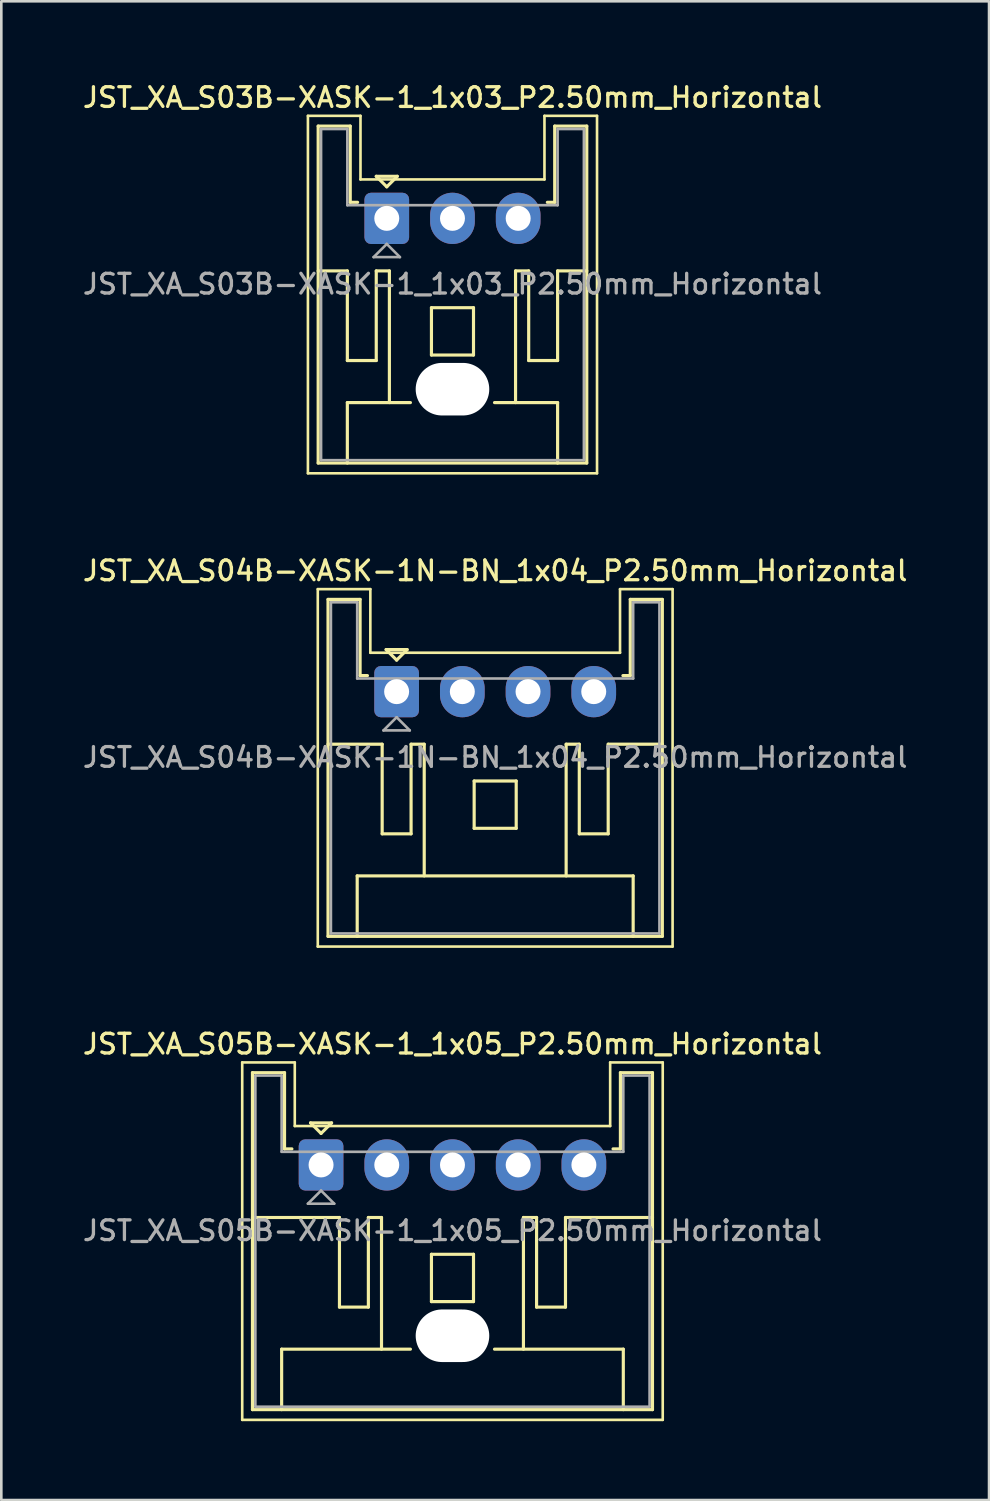
<source format=kicad_pcb>
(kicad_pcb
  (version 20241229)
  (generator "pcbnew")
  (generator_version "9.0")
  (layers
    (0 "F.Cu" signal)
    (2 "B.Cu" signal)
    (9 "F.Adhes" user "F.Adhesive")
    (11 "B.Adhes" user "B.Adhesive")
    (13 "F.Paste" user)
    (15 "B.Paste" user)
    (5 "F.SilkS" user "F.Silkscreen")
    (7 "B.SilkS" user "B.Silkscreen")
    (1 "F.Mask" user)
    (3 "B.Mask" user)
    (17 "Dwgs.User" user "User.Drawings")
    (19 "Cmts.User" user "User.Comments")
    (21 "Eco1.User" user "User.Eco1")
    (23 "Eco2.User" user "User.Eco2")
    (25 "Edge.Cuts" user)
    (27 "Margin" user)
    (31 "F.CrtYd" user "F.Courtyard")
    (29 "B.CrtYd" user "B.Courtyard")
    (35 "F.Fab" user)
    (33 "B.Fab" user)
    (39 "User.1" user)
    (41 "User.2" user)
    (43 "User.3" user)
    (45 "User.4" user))
  (footprint "JST_XA_S03B-XASK-1_1x03_P2.50mm_Horizontal"
    (layer "F.Cu")
    (at 11.666 5.258)
    (property "Reference" "JST_XA_S03B-XASK-1_1x03_P2.50mm_Horizontal" (at 2.5 -4.6 0) (layer "F.SilkS") (effects (font (size 0.75 0.75) (thickness 0.125))))
    (attr through_hole)
    (fp_line (start -3 -3.9) (end -3 9.7) (stroke (width 0.1) (type solid)) (layer "F.SilkS"))
    (fp_line (start -3 9.7) (end 8 9.7) (stroke (width 0.1) (type solid)) (layer "F.SilkS"))
    (fp_line (start -2.61 -3.51) (end -2.61 9.31) (stroke (width 0.12) (type solid)) (layer "F.SilkS"))
    (fp_line (start -2.61 9.31) (end 7.61 9.31) (stroke (width 0.12) (type solid)) (layer "F.SilkS"))
    (fp_line (start -1.5 2) (end -2.61 2) (stroke (width 0.12) (type solid)) (layer "F.SilkS"))
    (fp_line (start -1.5 5.41) (end -1.5 2) (stroke (width 0.12) (type solid)) (layer "F.SilkS"))
    (fp_line (start -1.5 7.01) (end 0.9 7.01) (stroke (width 0.12) (type solid)) (layer "F.SilkS"))
    (fp_line (start -1.5 9.31) (end -1.5 7.01) (stroke (width 0.12) (type solid)) (layer "F.SilkS"))
    (fp_line (start -1.39 -3.51) (end -2.61 -3.51) (stroke (width 0.12) (type solid)) (layer "F.SilkS"))
    (fp_line (start -1.39 -0.61) (end -1.39 -3.51) (stroke (width 0.12) (type solid)) (layer "F.SilkS"))
    (fp_line (start -1.11 -0.61) (end -1.39 -0.61) (stroke (width 0.12) (type solid)) (layer "F.SilkS"))
    (fp_line (start -1 -3.9) (end -3 -3.9) (stroke (width 0.1) (type solid)) (layer "F.SilkS"))
    (fp_line (start -1 -1.48) (end -1 -3.9) (stroke (width 0.1) (type solid)) (layer "F.SilkS"))
    (fp_line (start -0.4 -1.6) (end 0.4 -1.6) (stroke (width 0.12) (type solid)) (layer "F.SilkS"))
    (fp_line (start -0.4 2) (end -0.4 5.41) (stroke (width 0.12) (type solid)) (layer "F.SilkS"))
    (fp_line (start -0.4 5.41) (end -1.5 5.41) (stroke (width 0.12) (type solid)) (layer "F.SilkS"))
    (fp_line (start 0 -1.2) (end -0.4 -1.6) (stroke (width 0.12) (type solid)) (layer "F.SilkS"))
    (fp_line (start 0.1 2) (end -0.4 2) (stroke (width 0.12) (type solid)) (layer "F.SilkS"))
    (fp_line (start 0.1 7.01) (end 0.1 2) (stroke (width 0.12) (type solid)) (layer "F.SilkS"))
    (fp_line (start 0.4 -1.6) (end 0 -1.2) (stroke (width 0.12) (type solid)) (layer "F.SilkS"))
    (fp_line (start 1.7 3.4) (end 3.3 3.4) (stroke (width 0.12) (type solid)) (layer "F.SilkS"))
    (fp_line (start 1.7 5.2) (end 1.7 3.4) (stroke (width 0.12) (type solid)) (layer "F.SilkS"))
    (fp_line (start 3.3 3.4) (end 3.3 5.2) (stroke (width 0.12) (type solid)) (layer "F.SilkS"))
    (fp_line (start 3.3 5.2) (end 1.7 5.2) (stroke (width 0.12) (type solid)) (layer "F.SilkS"))
    (fp_line (start 4.1 7.01) (end 6.5 7.01) (stroke (width 0.12) (type solid)) (layer "F.SilkS"))
    (fp_line (start 4.9 2) (end 5.4 2) (stroke (width 0.12) (type solid)) (layer "F.SilkS"))
    (fp_line (start 4.9 7.01) (end 4.9 2) (stroke (width 0.12) (type solid)) (layer "F.SilkS"))
    (fp_line (start 5.4 2) (end 5.4 5.41) (stroke (width 0.12) (type solid)) (layer "F.SilkS"))
    (fp_line (start 5.4 5.41) (end 6.5 5.41) (stroke (width 0.12) (type solid)) (layer "F.SilkS"))
    (fp_line (start 6 -3.9) (end 6 -1.48) (stroke (width 0.1) (type solid)) (layer "F.SilkS"))
    (fp_line (start 6 -1.48) (end -1 -1.48) (stroke (width 0.1) (type solid)) (layer "F.SilkS"))
    (fp_line (start 6.39 -3.51) (end 6.39 -0.61) (stroke (width 0.12) (type solid)) (layer "F.SilkS"))
    (fp_line (start 6.39 -0.61) (end 6.11 -0.61) (stroke (width 0.12) (type solid)) (layer "F.SilkS"))
    (fp_line (start 6.5 2) (end 7.61 2) (stroke (width 0.12) (type solid)) (layer "F.SilkS"))
    (fp_line (start 6.5 5.41) (end 6.5 2) (stroke (width 0.12) (type solid)) (layer "F.SilkS"))
    (fp_line (start 6.5 7.01) (end 6.5 9.31) (stroke (width 0.12) (type solid)) (layer "F.SilkS"))
    (fp_line (start 7.61 -3.51) (end 6.39 -3.51) (stroke (width 0.12) (type solid)) (layer "F.SilkS"))
    (fp_line (start 7.61 9.31) (end 7.61 -3.51) (stroke (width 0.12) (type solid)) (layer "F.SilkS"))
    (fp_line (start 8 -3.9) (end 6 -3.9) (stroke (width 0.1) (type solid)) (layer "F.SilkS"))
    (fp_line (start 8 9.7) (end 8 -3.9) (stroke (width 0.1) (type solid)) (layer "F.SilkS"))
    (fp_line (start -2.5 -3.4) (end -2.5 9.2) (stroke (width 0.1) (type solid)) (layer "F.Fab"))
    (fp_line (start -2.5 9.2) (end 7.5 9.2) (stroke (width 0.1) (type solid)) (layer "F.Fab"))
    (fp_line (start -1.5 -3.4) (end -2.5 -3.4) (stroke (width 0.1) (type solid)) (layer "F.Fab"))
    (fp_line (start -1.5 -0.5) (end -1.5 -3.4) (stroke (width 0.1) (type solid)) (layer "F.Fab"))
    (fp_line (start -0.5 1.475) (end 0.5 1.475) (stroke (width 0.1) (type solid)) (layer "F.Fab"))
    (fp_line (start 0 0.975) (end -0.5 1.475) (stroke (width 0.1) (type solid)) (layer "F.Fab"))
    (fp_line (start 0.5 1.475) (end 0 0.975) (stroke (width 0.1) (type solid)) (layer "F.Fab"))
    (fp_line (start 6.5 -3.4) (end 6.5 -0.5) (stroke (width 0.1) (type solid)) (layer "F.Fab"))
    (fp_line (start 6.5 -0.5) (end -1.5 -0.5) (stroke (width 0.1) (type solid)) (layer "F.Fab"))
    (fp_line (start 7.5 -3.4) (end 6.5 -3.4) (stroke (width 0.1) (type solid)) (layer "F.Fab"))
    (fp_line (start 7.5 9.2) (end 7.5 -3.4) (stroke (width 0.1) (type solid)) (layer "F.Fab"))
    (fp_text user "${REFERENCE}" (at 2.5 2.5 0) (layer "F.Fab") (effects (font (size 0.75 0.75) (thickness 0.125))))
    (pad "" np_thru_hole oval (at 2.5 6.5) (size 2.8 2) (drill oval 2.8 2) (layers "*.Cu" "*.Mask"))
    (pad "1" thru_hole roundrect (at 0 0) (size 1.7 1.95) (drill 0.95) (layers "*.Cu" "*.Mask") (roundrect_rratio 0.147))
    (pad "2" thru_hole oval (at 2.5 0) (size 1.7 1.95) (drill 0.95) (layers "*.Cu" "*.Mask"))
    (pad "3" thru_hole oval (at 5 0) (size 1.7 1.95) (drill 0.95) (layers "*.Cu" "*.Mask")))
  (footprint "JST_XA_S05B-XASK-1_1x05_P2.50mm_Horizontal"
    (layer "F.Cu")
    (at 9.166 41.274)
    (property "Reference" "JST_XA_S05B-XASK-1_1x05_P2.50mm_Horizontal" (at 5 -4.6 0) (layer "F.SilkS") (effects (font (size 0.75 0.75) (thickness 0.125))))
    (attr through_hole)
    (fp_line (start -3 -3.9) (end -3 9.7) (stroke (width 0.1) (type solid)) (layer "F.SilkS"))
    (fp_line (start -3 9.7) (end 13 9.7) (stroke (width 0.1) (type solid)) (layer "F.SilkS"))
    (fp_line (start -2.61 -3.51) (end -2.61 9.31) (stroke (width 0.12) (type solid)) (layer "F.SilkS"))
    (fp_line (start -2.61 9.31) (end 12.61 9.31) (stroke (width 0.12) (type solid)) (layer "F.SilkS"))
    (fp_line (start -1.5 7.01) (end 3.4 7.01) (stroke (width 0.12) (type solid)) (layer "F.SilkS"))
    (fp_line (start -1.5 9.31) (end -1.5 7.01) (stroke (width 0.12) (type solid)) (layer "F.SilkS"))
    (fp_line (start -1.39 -3.51) (end -2.61 -3.51) (stroke (width 0.12) (type solid)) (layer "F.SilkS"))
    (fp_line (start -1.39 -0.61) (end -1.39 -3.51) (stroke (width 0.12) (type solid)) (layer "F.SilkS"))
    (fp_line (start -1.11 -0.61) (end -1.39 -0.61) (stroke (width 0.12) (type solid)) (layer "F.SilkS"))
    (fp_line (start -1 -3.9) (end -3 -3.9) (stroke (width 0.1) (type solid)) (layer "F.SilkS"))
    (fp_line (start -1 -1.48) (end -1 -3.9) (stroke (width 0.1) (type solid)) (layer "F.SilkS"))
    (fp_line (start -0.4 -1.6) (end 0.4 -1.6) (stroke (width 0.12) (type solid)) (layer "F.SilkS"))
    (fp_line (start 0 -1.2) (end -0.4 -1.6) (stroke (width 0.12) (type solid)) (layer "F.SilkS"))
    (fp_line (start 0.4 -1.6) (end 0 -1.2) (stroke (width 0.12) (type solid)) (layer "F.SilkS"))
    (fp_line (start 0.7 2) (end -2.61 2) (stroke (width 0.12) (type solid)) (layer "F.SilkS"))
    (fp_line (start 0.7 5.41) (end 0.7 2) (stroke (width 0.12) (type solid)) (layer "F.SilkS"))
    (fp_line (start 1.8 2) (end 1.8 5.41) (stroke (width 0.12) (type solid)) (layer "F.SilkS"))
    (fp_line (start 1.8 5.41) (end 0.7 5.41) (stroke (width 0.12) (type solid)) (layer "F.SilkS"))
    (fp_line (start 2.3 2) (end 1.8 2) (stroke (width 0.12) (type solid)) (layer "F.SilkS"))
    (fp_line (start 2.3 7.01) (end 2.3 2) (stroke (width 0.12) (type solid)) (layer "F.SilkS"))
    (fp_line (start 4.2 3.4) (end 5.8 3.4) (stroke (width 0.12) (type solid)) (layer "F.SilkS"))
    (fp_line (start 4.2 5.2) (end 4.2 3.4) (stroke (width 0.12) (type solid)) (layer "F.SilkS"))
    (fp_line (start 5.8 3.4) (end 5.8 5.2) (stroke (width 0.12) (type solid)) (layer "F.SilkS"))
    (fp_line (start 5.8 5.2) (end 4.2 5.2) (stroke (width 0.12) (type solid)) (layer "F.SilkS"))
    (fp_line (start 6.6 7.01) (end 11.5 7.01) (stroke (width 0.12) (type solid)) (layer "F.SilkS"))
    (fp_line (start 7.7 2) (end 8.2 2) (stroke (width 0.12) (type solid)) (layer "F.SilkS"))
    (fp_line (start 7.7 7.01) (end 7.7 2) (stroke (width 0.12) (type solid)) (layer "F.SilkS"))
    (fp_line (start 8.2 2) (end 8.2 5.41) (stroke (width 0.12) (type solid)) (layer "F.SilkS"))
    (fp_line (start 8.2 5.41) (end 9.3 5.41) (stroke (width 0.12) (type solid)) (layer "F.SilkS"))
    (fp_line (start 9.3 2) (end 12.61 2) (stroke (width 0.12) (type solid)) (layer "F.SilkS"))
    (fp_line (start 9.3 5.41) (end 9.3 2) (stroke (width 0.12) (type solid)) (layer "F.SilkS"))
    (fp_line (start 11 -3.9) (end 11 -1.48) (stroke (width 0.1) (type solid)) (layer "F.SilkS"))
    (fp_line (start 11 -1.48) (end -1 -1.48) (stroke (width 0.1) (type solid)) (layer "F.SilkS"))
    (fp_line (start 11.39 -3.51) (end 11.39 -0.61) (stroke (width 0.12) (type solid)) (layer "F.SilkS"))
    (fp_line (start 11.39 -0.61) (end 11.11 -0.61) (stroke (width 0.12) (type solid)) (layer "F.SilkS"))
    (fp_line (start 11.5 7.01) (end 11.5 9.31) (stroke (width 0.12) (type solid)) (layer "F.SilkS"))
    (fp_line (start 12.61 -3.51) (end 11.39 -3.51) (stroke (width 0.12) (type solid)) (layer "F.SilkS"))
    (fp_line (start 12.61 9.31) (end 12.61 -3.51) (stroke (width 0.12) (type solid)) (layer "F.SilkS"))
    (fp_line (start 13 -3.9) (end 11 -3.9) (stroke (width 0.1) (type solid)) (layer "F.SilkS"))
    (fp_line (start 13 9.7) (end 13 -3.9) (stroke (width 0.1) (type solid)) (layer "F.SilkS"))
    (fp_line (start -2.5 -3.4) (end -2.5 9.2) (stroke (width 0.1) (type solid)) (layer "F.Fab"))
    (fp_line (start -2.5 9.2) (end 12.5 9.2) (stroke (width 0.1) (type solid)) (layer "F.Fab"))
    (fp_line (start -1.5 -3.4) (end -2.5 -3.4) (stroke (width 0.1) (type solid)) (layer "F.Fab"))
    (fp_line (start -1.5 -0.5) (end -1.5 -3.4) (stroke (width 0.1) (type solid)) (layer "F.Fab"))
    (fp_line (start -0.5 1.475) (end 0.5 1.475) (stroke (width 0.1) (type solid)) (layer "F.Fab"))
    (fp_line (start 0 0.975) (end -0.5 1.475) (stroke (width 0.1) (type solid)) (layer "F.Fab"))
    (fp_line (start 0.5 1.475) (end 0 0.975) (stroke (width 0.1) (type solid)) (layer "F.Fab"))
    (fp_line (start 11.5 -3.4) (end 11.5 -0.5) (stroke (width 0.1) (type solid)) (layer "F.Fab"))
    (fp_line (start 11.5 -0.5) (end -1.5 -0.5) (stroke (width 0.1) (type solid)) (layer "F.Fab"))
    (fp_line (start 12.5 -3.4) (end 11.5 -3.4) (stroke (width 0.1) (type solid)) (layer "F.Fab"))
    (fp_line (start 12.5 9.2) (end 12.5 -3.4) (stroke (width 0.1) (type solid)) (layer "F.Fab"))
    (fp_text user "${REFERENCE}" (at 5 2.5 0) (layer "F.Fab") (effects (font (size 0.75 0.75) (thickness 0.125))))
    (pad "" np_thru_hole oval (at 5 6.5) (size 2.8 2) (drill oval 2.8 2) (layers "*.Cu" "*.Mask"))
    (pad "1" thru_hole roundrect (at 0 0) (size 1.7 1.95) (drill 0.95) (layers "*.Cu" "*.Mask") (roundrect_rratio 0.147))
    (pad "2" thru_hole oval (at 2.5 0) (size 1.7 1.95) (drill 0.95) (layers "*.Cu" "*.Mask"))
    (pad "3" thru_hole oval (at 5 0) (size 1.7 1.95) (drill 0.95) (layers "*.Cu" "*.Mask"))
    (pad "4" thru_hole oval (at 7.5 0) (size 1.7 1.95) (drill 0.95) (layers "*.Cu" "*.Mask"))
    (pad "5" thru_hole oval (at 10 0) (size 1.7 1.95) (drill 0.95) (layers "*.Cu" "*.Mask")))
  (footprint "JST_XA_S04B-XASK-1N-BN_1x04_P2.50mm_Horizontal"
    (layer "F.Cu")
    (at 12.041 23.266)
    (property "Reference" "JST_XA_S04B-XASK-1N-BN_1x04_P2.50mm_Horizontal" (at 3.75 -4.6 0) (layer "F.SilkS") (effects (font (size 0.75 0.75) (thickness 0.125))))
    (attr through_hole)
    (fp_line (start -3 -3.9) (end -3 9.7) (stroke (width 0.1) (type solid)) (layer "F.SilkS"))
    (fp_line (start -3 9.7) (end 10.5 9.7) (stroke (width 0.1) (type solid)) (layer "F.SilkS"))
    (fp_line (start -2.61 -3.51) (end -2.61 9.31) (stroke (width 0.12) (type solid)) (layer "F.SilkS"))
    (fp_line (start -2.61 9.31) (end 10.11 9.31) (stroke (width 0.12) (type solid)) (layer "F.SilkS"))
    (fp_line (start -1.5 7.01) (end 9 7.01) (stroke (width 0.12) (type solid)) (layer "F.SilkS"))
    (fp_line (start -1.5 9.31) (end -1.5 7.01) (stroke (width 0.12) (type solid)) (layer "F.SilkS"))
    (fp_line (start -1.39 -3.51) (end -2.61 -3.51) (stroke (width 0.12) (type solid)) (layer "F.SilkS"))
    (fp_line (start -1.39 -0.61) (end -1.39 -3.51) (stroke (width 0.12) (type solid)) (layer "F.SilkS"))
    (fp_line (start -1.11 -0.61) (end -1.39 -0.61) (stroke (width 0.12) (type solid)) (layer "F.SilkS"))
    (fp_line (start -1 -3.9) (end -3 -3.9) (stroke (width 0.1) (type solid)) (layer "F.SilkS"))
    (fp_line (start -1 -1.48) (end -1 -3.9) (stroke (width 0.1) (type solid)) (layer "F.SilkS"))
    (fp_line (start -0.55 2) (end -2.61 2) (stroke (width 0.12) (type solid)) (layer "F.SilkS"))
    (fp_line (start -0.55 5.41) (end -0.55 2) (stroke (width 0.12) (type solid)) (layer "F.SilkS"))
    (fp_line (start -0.4 -1.6) (end 0.4 -1.6) (stroke (width 0.12) (type solid)) (layer "F.SilkS"))
    (fp_line (start 0 -1.2) (end -0.4 -1.6) (stroke (width 0.12) (type solid)) (layer "F.SilkS"))
    (fp_line (start 0.4 -1.6) (end 0 -1.2) (stroke (width 0.12) (type solid)) (layer "F.SilkS"))
    (fp_line (start 0.55 2) (end 0.55 5.41) (stroke (width 0.12) (type solid)) (layer "F.SilkS"))
    (fp_line (start 0.55 5.41) (end -0.55 5.41) (stroke (width 0.12) (type solid)) (layer "F.SilkS"))
    (fp_line (start 1.05 2) (end 0.55 2) (stroke (width 0.12) (type solid)) (layer "F.SilkS"))
    (fp_line (start 1.05 7.01) (end 1.05 2) (stroke (width 0.12) (type solid)) (layer "F.SilkS"))
    (fp_line (start 2.95 3.4) (end 4.55 3.4) (stroke (width 0.12) (type solid)) (layer "F.SilkS"))
    (fp_line (start 2.95 5.2) (end 2.95 3.4) (stroke (width 0.12) (type solid)) (layer "F.SilkS"))
    (fp_line (start 4.55 3.4) (end 4.55 5.2) (stroke (width 0.12) (type solid)) (layer "F.SilkS"))
    (fp_line (start 4.55 5.2) (end 2.95 5.2) (stroke (width 0.12) (type solid)) (layer "F.SilkS"))
    (fp_line (start 6.45 2) (end 6.95 2) (stroke (width 0.12) (type solid)) (layer "F.SilkS"))
    (fp_line (start 6.45 7.01) (end 6.45 2) (stroke (width 0.12) (type solid)) (layer "F.SilkS"))
    (fp_line (start 6.95 2) (end 6.95 5.41) (stroke (width 0.12) (type solid)) (layer "F.SilkS"))
    (fp_line (start 6.95 5.41) (end 8.05 5.41) (stroke (width 0.12) (type solid)) (layer "F.SilkS"))
    (fp_line (start 8.05 2) (end 10.11 2) (stroke (width 0.12) (type solid)) (layer "F.SilkS"))
    (fp_line (start 8.05 5.41) (end 8.05 2) (stroke (width 0.12) (type solid)) (layer "F.SilkS"))
    (fp_line (start 8.5 -3.9) (end 8.5 -1.48) (stroke (width 0.1) (type solid)) (layer "F.SilkS"))
    (fp_line (start 8.5 -1.48) (end -1 -1.48) (stroke (width 0.1) (type solid)) (layer "F.SilkS"))
    (fp_line (start 8.89 -3.51) (end 8.89 -0.61) (stroke (width 0.12) (type solid)) (layer "F.SilkS"))
    (fp_line (start 8.89 -0.61) (end 8.61 -0.61) (stroke (width 0.12) (type solid)) (layer "F.SilkS"))
    (fp_line (start 9 7.01) (end 9 9.31) (stroke (width 0.12) (type solid)) (layer "F.SilkS"))
    (fp_line (start 10.11 -3.51) (end 8.89 -3.51) (stroke (width 0.12) (type solid)) (layer "F.SilkS"))
    (fp_line (start 10.11 9.31) (end 10.11 -3.51) (stroke (width 0.12) (type solid)) (layer "F.SilkS"))
    (fp_line (start 10.5 -3.9) (end 8.5 -3.9) (stroke (width 0.1) (type solid)) (layer "F.SilkS"))
    (fp_line (start 10.5 9.7) (end 10.5 -3.9) (stroke (width 0.1) (type solid)) (layer "F.SilkS"))
    (fp_line (start -2.5 -3.4) (end -2.5 9.2) (stroke (width 0.1) (type solid)) (layer "F.Fab"))
    (fp_line (start -2.5 9.2) (end 10 9.2) (stroke (width 0.1) (type solid)) (layer "F.Fab"))
    (fp_line (start -1.5 -3.4) (end -2.5 -3.4) (stroke (width 0.1) (type solid)) (layer "F.Fab"))
    (fp_line (start -1.5 -0.5) (end -1.5 -3.4) (stroke (width 0.1) (type solid)) (layer "F.Fab"))
    (fp_line (start -0.5 1.475) (end 0.5 1.475) (stroke (width 0.1) (type solid)) (layer "F.Fab"))
    (fp_line (start 0 0.975) (end -0.5 1.475) (stroke (width 0.1) (type solid)) (layer "F.Fab"))
    (fp_line (start 0.5 1.475) (end 0 0.975) (stroke (width 0.1) (type solid)) (layer "F.Fab"))
    (fp_line (start 9 -3.4) (end 9 -0.5) (stroke (width 0.1) (type solid)) (layer "F.Fab"))
    (fp_line (start 9 -0.5) (end -1.5 -0.5) (stroke (width 0.1) (type solid)) (layer "F.Fab"))
    (fp_line (start 10 -3.4) (end 9 -3.4) (stroke (width 0.1) (type solid)) (layer "F.Fab"))
    (fp_line (start 10 9.2) (end 10 -3.4) (stroke (width 0.1) (type solid)) (layer "F.Fab"))
    (fp_text user "${REFERENCE}" (at 3.75 2.5 0) (layer "F.Fab") (effects (font (size 0.75 0.75) (thickness 0.125))))
    (pad "1" thru_hole roundrect (at 0 0) (size 1.7 1.95) (drill 0.95) (layers "*.Cu" "*.Mask") (roundrect_rratio 0.147))
    (pad "2" thru_hole oval (at 2.5 0) (size 1.7 1.95) (drill 0.95) (layers "*.Cu" "*.Mask"))
    (pad "3" thru_hole oval (at 5 0) (size 1.7 1.95) (drill 0.95) (layers "*.Cu" "*.Mask"))
    (pad "4" thru_hole oval (at 7.5 0) (size 1.7 1.95) (drill 0.95) (layers "*.Cu" "*.Mask")))
  (gr_rect
    (start -3 -3)
    (end 34.582 54.024)
    (stroke (width 0.1) (type default))
    (fill no)
    (layer "Edge.Cuts")))
</source>
